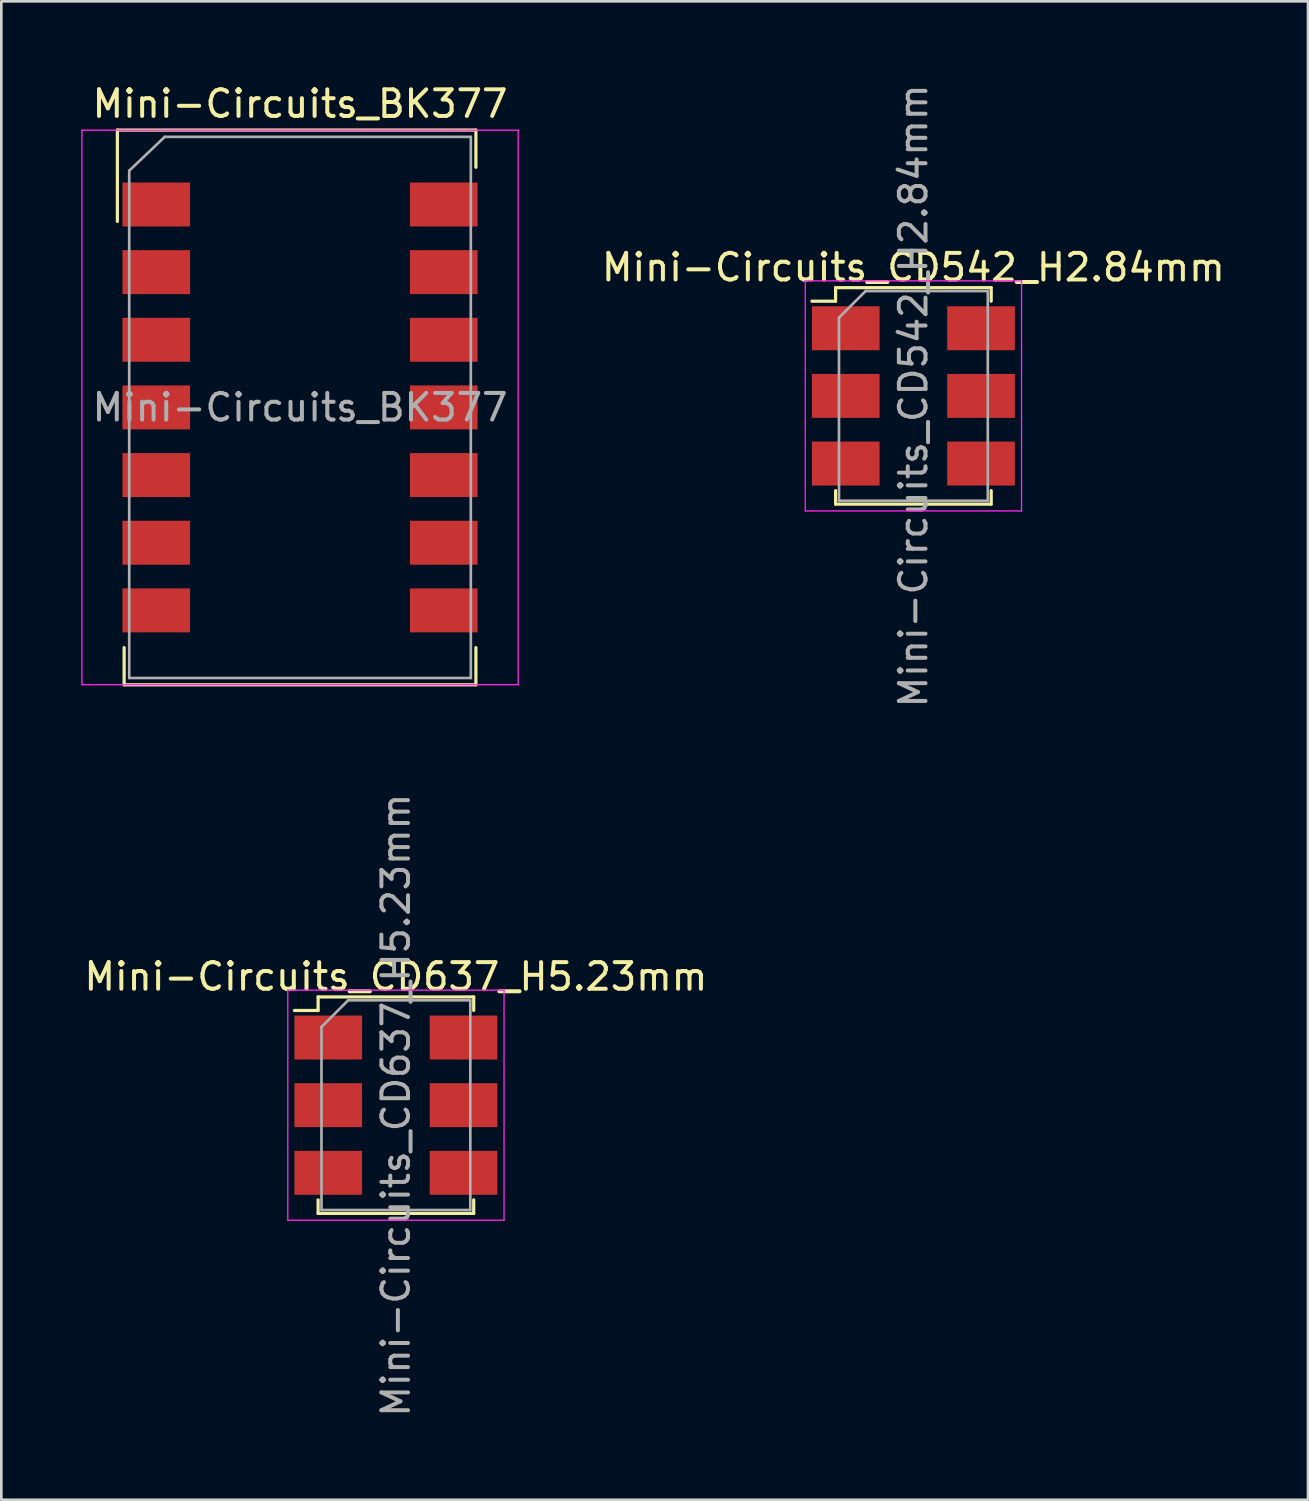
<source format=kicad_pcb>
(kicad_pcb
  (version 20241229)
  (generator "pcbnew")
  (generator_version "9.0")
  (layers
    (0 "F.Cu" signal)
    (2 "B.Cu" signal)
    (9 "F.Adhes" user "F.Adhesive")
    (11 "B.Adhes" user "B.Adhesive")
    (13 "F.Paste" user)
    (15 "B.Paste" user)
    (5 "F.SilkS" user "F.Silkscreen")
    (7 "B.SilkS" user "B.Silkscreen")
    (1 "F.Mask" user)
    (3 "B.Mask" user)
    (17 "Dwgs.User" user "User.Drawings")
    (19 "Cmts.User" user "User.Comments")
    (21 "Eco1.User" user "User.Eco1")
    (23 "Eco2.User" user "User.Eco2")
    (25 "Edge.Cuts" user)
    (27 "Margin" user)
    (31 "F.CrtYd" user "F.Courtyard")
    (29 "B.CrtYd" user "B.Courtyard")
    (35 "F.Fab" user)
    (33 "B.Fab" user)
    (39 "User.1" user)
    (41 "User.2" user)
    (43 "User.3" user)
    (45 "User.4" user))
  (footprint "Mini-Circuits_CD542_H2.84mm"
    (layer "F.Cu")
    (at 31.245 11.815)
    (property "Reference" "Mini-Circuits_CD542_H2.84mm" (at 0 -4.826 0) (layer "F.SilkS") (effects (font (size 1 1) (thickness 0.15))))
    (attr smd)
    (fp_line (start -2.921 -4.064) (end -2.921 -3.556) (stroke (width 0.12) (type solid)) (layer "F.SilkS"))
    (fp_line (start -2.921 -3.556) (end -3.81 -3.556) (stroke (width 0.12) (type solid)) (layer "F.SilkS"))
    (fp_line (start -2.921 3.556) (end -2.921 4.064) (stroke (width 0.12) (type solid)) (layer "F.SilkS"))
    (fp_line (start -2.921 4.064) (end 2.921 4.064) (stroke (width 0.12) (type solid)) (layer "F.SilkS"))
    (fp_line (start 2.921 -4.064) (end -2.921 -4.064) (stroke (width 0.12) (type solid)) (layer "F.SilkS"))
    (fp_line (start 2.921 -3.556) (end 2.921 -4.064) (stroke (width 0.12) (type solid)) (layer "F.SilkS"))
    (fp_line (start 2.921 4.064) (end 2.921 3.556) (stroke (width 0.12) (type solid)) (layer "F.SilkS"))
    (fp_line (start -4.06 4.32) (end -4.06 -4.32) (stroke (width 0.05) (type solid)) (layer "F.CrtYd"))
    (fp_line (start 4.06 -4.32) (end -4.06 -4.32) (stroke (width 0.05) (type solid)) (layer "F.CrtYd"))
    (fp_line (start 4.06 4.32) (end -4.06 4.32) (stroke (width 0.05) (type solid)) (layer "F.CrtYd"))
    (fp_line (start 4.06 4.32) (end 4.06 -4.32) (stroke (width 0.05) (type solid)) (layer "F.CrtYd"))
    (fp_line (start -2.794 3.937) (end -2.794 -2.937) (stroke (width 0.1) (type solid)) (layer "F.Fab"))
    (fp_line (start -1.794 -3.937) (end -2.794 -2.937) (stroke (width 0.1) (type solid)) (layer "F.Fab"))
    (fp_line (start -1.794 -3.937) (end 2.794 -3.937) (stroke (width 0.1) (type solid)) (layer "F.Fab"))
    (fp_line (start 2.794 -3.937) (end 2.794 3.937) (stroke (width 0.1) (type solid)) (layer "F.Fab"))
    (fp_line (start 2.794 3.937) (end -2.794 3.937) (stroke (width 0.1) (type solid)) (layer "F.Fab"))
    (fp_text user "${REFERENCE}" (at 0 0 90) (layer "F.Fab") (effects (font (size 1 1) (thickness 0.15))))
    (pad "1" smd rect (at -2.54 -2.54) (size 2.54 1.65) (layers "F.Cu" "F.Mask" "F.Paste"))
    (pad "2" smd rect (at -2.54 0) (size 2.54 1.65) (layers "F.Cu" "F.Mask" "F.Paste"))
    (pad "3" smd rect (at -2.54 2.54) (size 2.54 1.65) (layers "F.Cu" "F.Mask" "F.Paste"))
    (pad "4" smd rect (at 2.54 2.54) (size 2.54 1.65) (layers "F.Cu" "F.Mask" "F.Paste"))
    (pad "5" smd rect (at 2.54 0) (size 2.54 1.65) (layers "F.Cu" "F.Mask" "F.Paste"))
    (pad "6" smd rect (at 2.54 -2.54) (size 2.54 1.65) (layers "F.Cu" "F.Mask" "F.Paste")))
  (footprint "Mini-Circuits_CD637_H5.23mm"
    (layer "F.Cu")
    (at 11.815 38.446)
    (property "Reference" "Mini-Circuits_CD637_H5.23mm" (at 0 -4.826 0) (layer "F.SilkS") (effects (font (size 1 1) (thickness 0.15))))
    (attr smd)
    (fp_line (start -2.921 -4.064) (end -2.921 -3.556) (stroke (width 0.12) (type solid)) (layer "F.SilkS"))
    (fp_line (start -2.921 -3.556) (end -3.81 -3.556) (stroke (width 0.12) (type solid)) (layer "F.SilkS"))
    (fp_line (start -2.921 3.556) (end -2.921 4.064) (stroke (width 0.12) (type solid)) (layer "F.SilkS"))
    (fp_line (start -2.921 4.064) (end 2.921 4.064) (stroke (width 0.12) (type solid)) (layer "F.SilkS"))
    (fp_line (start 2.921 -4.064) (end -2.921 -4.064) (stroke (width 0.12) (type solid)) (layer "F.SilkS"))
    (fp_line (start 2.921 -3.556) (end 2.921 -4.064) (stroke (width 0.12) (type solid)) (layer "F.SilkS"))
    (fp_line (start 2.921 4.064) (end 2.921 3.556) (stroke (width 0.12) (type solid)) (layer "F.SilkS"))
    (fp_line (start -4.06 4.32) (end -4.06 -4.32) (stroke (width 0.05) (type solid)) (layer "F.CrtYd"))
    (fp_line (start 4.06 -4.32) (end -4.06 -4.32) (stroke (width 0.05) (type solid)) (layer "F.CrtYd"))
    (fp_line (start 4.06 4.32) (end -4.06 4.32) (stroke (width 0.05) (type solid)) (layer "F.CrtYd"))
    (fp_line (start 4.06 4.32) (end 4.06 -4.32) (stroke (width 0.05) (type solid)) (layer "F.CrtYd"))
    (fp_line (start -2.794 3.937) (end -2.794 -2.937) (stroke (width 0.1) (type solid)) (layer "F.Fab"))
    (fp_line (start -1.794 -3.937) (end -2.794 -2.937) (stroke (width 0.1) (type solid)) (layer "F.Fab"))
    (fp_line (start -1.794 -3.937) (end 2.794 -3.937) (stroke (width 0.1) (type solid)) (layer "F.Fab"))
    (fp_line (start 2.794 -3.937) (end 2.794 3.937) (stroke (width 0.1) (type solid)) (layer "F.Fab"))
    (fp_line (start 2.794 3.937) (end -2.794 3.937) (stroke (width 0.1) (type solid)) (layer "F.Fab"))
    (fp_text user "${REFERENCE}" (at 0 0 90) (layer "F.Fab") (effects (font (size 1 1) (thickness 0.15))))
    (pad "1" smd rect (at -2.54 -2.54) (size 2.54 1.65) (layers "F.Cu" "F.Mask" "F.Paste"))
    (pad "2" smd rect (at -2.54 0) (size 2.54 1.65) (layers "F.Cu" "F.Mask" "F.Paste"))
    (pad "3" smd rect (at -2.54 2.54) (size 2.54 1.65) (layers "F.Cu" "F.Mask" "F.Paste"))
    (pad "4" smd rect (at 2.54 2.54) (size 2.54 1.65) (layers "F.Cu" "F.Mask" "F.Paste"))
    (pad "5" smd rect (at 2.54 0) (size 2.54 1.65) (layers "F.Cu" "F.Mask" "F.Paste"))
    (pad "6" smd rect (at 2.54 -2.54) (size 2.54 1.65) (layers "F.Cu" "F.Mask" "F.Paste")))
  (footprint "Mini-Circuits_BK377"
    (layer "F.Cu")
    (at 8.215 12.248)
    (property "Reference" "Mini-Circuits_BK377" (at 0 -11.4 0) (layer "F.SilkS") (effects (font (size 1 1) (thickness 0.15))))
    (attr smd)
    (fp_line (start -6.858 -10.414) (end 6.604 -10.414) (stroke (width 0.12) (type solid)) (layer "F.SilkS"))
    (fp_line (start -6.858 -6.985) (end -6.858 -10.414) (stroke (width 0.12) (type solid)) (layer "F.SilkS"))
    (fp_line (start -6.604 9.017) (end -6.604 10.414) (stroke (width 0.12) (type solid)) (layer "F.SilkS"))
    (fp_line (start -6.604 10.414) (end 6.604 10.414) (stroke (width 0.12) (type solid)) (layer "F.SilkS"))
    (fp_line (start 6.604 -10.414) (end 6.604 -9.017) (stroke (width 0.12) (type solid)) (layer "F.SilkS"))
    (fp_line (start 6.604 10.414) (end 6.604 9.017) (stroke (width 0.12) (type solid)) (layer "F.SilkS"))
    (fp_line (start -8.19 -10.41) (end -8.19 10.41) (stroke (width 0.05) (type solid)) (layer "F.CrtYd"))
    (fp_line (start -8.19 -10.41) (end 8.19 -10.41) (stroke (width 0.05) (type solid)) (layer "F.CrtYd"))
    (fp_line (start 8.19 10.41) (end -8.19 10.41) (stroke (width 0.05) (type solid)) (layer "F.CrtYd"))
    (fp_line (start 8.19 10.41) (end 8.19 -10.41) (stroke (width 0.05) (type solid)) (layer "F.CrtYd"))
    (fp_line (start -6.413 -8.89) (end -6.413 10.16) (stroke (width 0.1) (type solid)) (layer "F.Fab"))
    (fp_line (start -6.413 10.16) (end 6.413 10.16) (stroke (width 0.1) (type solid)) (layer "F.Fab"))
    (fp_line (start -5.08 -10.16) (end -6.413 -8.89) (stroke (width 0.1) (type solid)) (layer "F.Fab"))
    (fp_line (start 6.413 -10.16) (end -5.08 -10.16) (stroke (width 0.1) (type solid)) (layer "F.Fab"))
    (fp_line (start 6.413 10.16) (end 6.413 -10.16) (stroke (width 0.1) (type solid)) (layer "F.Fab"))
    (fp_text user "${REFERENCE}" (at 0 0 0) (layer "F.Fab") (effects (font (size 1 1) (thickness 0.15))))
    (pad "1" smd rect (at -6.668 -7.62) (size 2.54 1.651) (drill (offset 1.27 0)) (layers "F.Cu" "F.Mask" "F.Paste"))
    (pad "2" smd rect (at -5.397 -5.08) (size 2.54 1.651) (layers "F.Cu" "F.Mask" "F.Paste"))
    (pad "3" smd rect (at -6.668 -2.54) (size 2.54 1.651) (drill (offset 1.27 0)) (layers "F.Cu" "F.Mask" "F.Paste"))
    (pad "4" smd rect (at -6.668 0) (size 2.54 1.651) (drill (offset 1.27 0)) (layers "F.Cu" "F.Mask" "F.Paste"))
    (pad "5" smd rect (at -5.397 2.54) (size 2.54 1.651) (layers "F.Cu" "F.Mask" "F.Paste"))
    (pad "6" smd rect (at -6.668 5.08) (size 2.54 1.651) (drill (offset 1.27 0)) (layers "F.Cu" "F.Mask" "F.Paste"))
    (pad "7" smd rect (at -6.668 7.62) (size 2.54 1.651) (drill (offset 1.27 0)) (layers "F.Cu" "F.Mask" "F.Paste"))
    (pad "8" smd rect (at 6.668 7.62) (size 2.54 1.651) (drill (offset -1.27 0)) (layers "F.Cu" "F.Mask" "F.Paste"))
    (pad "9" smd rect (at 6.668 5.08) (size 2.54 1.651) (drill (offset -1.27 0)) (layers "F.Cu" "F.Mask" "F.Paste"))
    (pad "10" smd rect (at 6.668 2.54) (size 2.54 1.651) (drill (offset -1.27 0)) (layers "F.Cu" "F.Mask" "F.Paste"))
    (pad "11" smd rect (at 6.668 0) (size 2.54 1.651) (drill (offset -1.27 0)) (layers "F.Cu" "F.Mask" "F.Paste"))
    (pad "12" smd rect (at 6.668 -2.54) (size 2.54 1.651) (drill (offset -1.27 0)) (layers "F.Cu" "F.Mask" "F.Paste"))
    (pad "13" smd rect (at 5.397 -5.08) (size 2.54 1.651) (layers "F.Cu" "F.Mask" "F.Paste"))
    (pad "14" smd rect (at 5.397 -7.62) (size 2.54 1.651) (layers "F.Cu" "F.Mask" "F.Paste")))
  (gr_rect
    (start -3 -3)
    (end 46.061 53.262)
    (stroke (width 0.1) (type default))
    (fill no)
    (layer "Edge.Cuts")))
</source>
